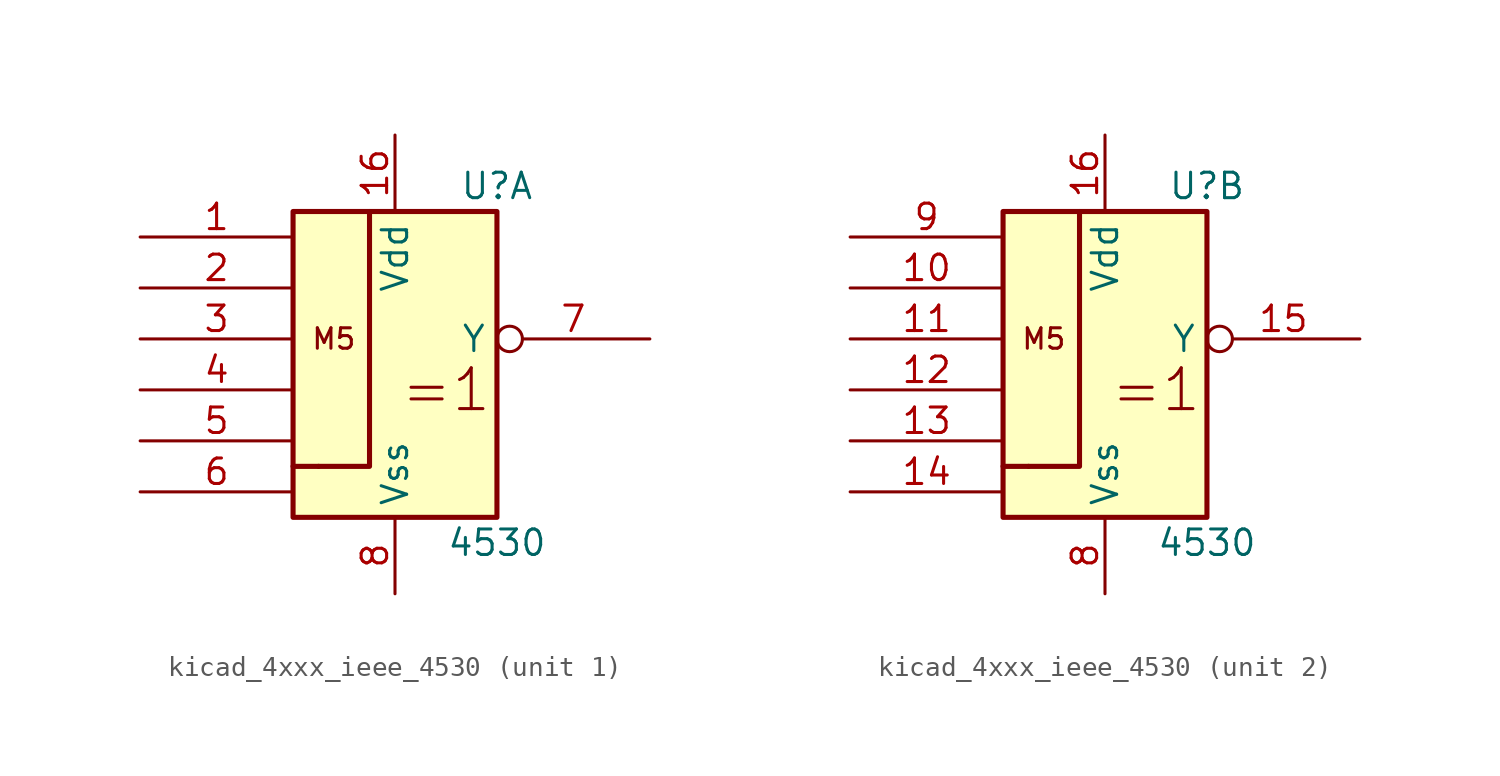
<source format=kicad_sym>
(kicad_symbol_lib
  (version 20220914)
  (generator kicad_symbol_editor)
  (symbol "kicad_4xxx_ieee_4530"
    (property "Reference" "U"
      (at 5.08 7.62 0)
      (effects (font (size 1.27 1.27))))
    (property "Value" "4530"
      (at 5.08 -10.16 0)
      (effects (font (size 1.27 1.27))))
    (symbol "kicad_4xxx_ieee_4530_0_0"
      (polyline (pts (xy -3.81 -6.35) (xy -5.08 -6.35) (xy -5.08 -6.35)) (stroke (width 0.254) (type default)) (fill (type background)))
      (text "=1" (at 2.54 -2.54 0) (effects (font (size 2.032 2.032))))
      (text "M5" (at -3.048 0 0) (effects (font (size 1.016 1.016))))
      (pin power_in line (at 0 10.16 270) (length 3.81) (name "Vdd" (effects (font (size 1.27 1.27)))) (number "16" (effects (font (size 1.27 1.27)))))
      (pin power_in line (at 0 -12.7 90) (length 3.81) (name "Vss" (effects (font (size 1.27 1.27)))) (number "8" (effects (font (size 1.27 1.27))))))
    (symbol "kicad_4xxx_ieee_4530_0_1"
      (rectangle (start -5.08 6.35) (end 5.08 -8.89) (stroke (width 0.254) (type default)) (fill (type background)))
      (polyline (pts (xy -1.27 6.35) (xy -1.27 -6.35) (xy -3.81 -6.35) (xy -3.81 -6.35)) (stroke (width 0.254) (type default)) (fill (type background))))
    (symbol "kicad_4xxx_ieee_4530_1_1"
      (pin input line (at -12.7 5.08 0) (length 7.62) (name "~" (effects (font (size 1.27 1.27)))) (number "1" (effects (font (size 1.27 1.27)))))
      (pin input line (at -12.7 2.54 0) (length 7.62) (name "~" (effects (font (size 1.27 1.27)))) (number "2" (effects (font (size 1.27 1.27)))))
      (pin input line (at -12.7 0 0) (length 7.62) (name "~" (effects (font (size 1.27 1.27)))) (number "3" (effects (font (size 1.27 1.27)))))
      (pin input line (at -12.7 -2.54 0) (length 7.62) (name "~" (effects (font (size 1.27 1.27)))) (number "4" (effects (font (size 1.27 1.27)))))
      (pin input line (at -12.7 -5.08 0) (length 7.62) (name "~" (effects (font (size 1.27 1.27)))) (number "5" (effects (font (size 1.27 1.27)))))
      (pin input line (at -12.7 -7.62 0) (length 7.62) (name "~" (effects (font (size 1.27 1.27)))) (number "6" (effects (font (size 1.27 1.27)))))
      (pin output inverted (at 12.7 0 180) (length 7.62) (name "Y" (effects (font (size 1.27 1.27)))) (number "7" (effects (font (size 1.27 1.27))))))
    (symbol "kicad_4xxx_ieee_4530_2_1"
      (pin input line (at -12.7 2.54 0) (length 7.62) (name "~" (effects (font (size 1.27 1.27)))) (number "10" (effects (font (size 1.27 1.27)))))
      (pin input line (at -12.7 0 0) (length 7.62) (name "~" (effects (font (size 1.27 1.27)))) (number "11" (effects (font (size 1.27 1.27)))))
      (pin input line (at -12.7 -2.54 0) (length 7.62) (name "~" (effects (font (size 1.27 1.27)))) (number "12" (effects (font (size 1.27 1.27)))))
      (pin input line (at -12.7 -5.08 0) (length 7.62) (name "~" (effects (font (size 1.27 1.27)))) (number "13" (effects (font (size 1.27 1.27)))))
      (pin input line (at -12.7 -7.62 0) (length 7.62) (name "~" (effects (font (size 1.27 1.27)))) (number "14" (effects (font (size 1.27 1.27)))))
      (pin output inverted (at 12.7 0 180) (length 7.62) (name "Y" (effects (font (size 1.27 1.27)))) (number "15" (effects (font (size 1.27 1.27)))))
      (pin input line (at -12.7 5.08 0) (length 7.62) (name "~" (effects (font (size 1.27 1.27)))) (number "9" (effects (font (size 1.27 1.27))))))))
</source>
